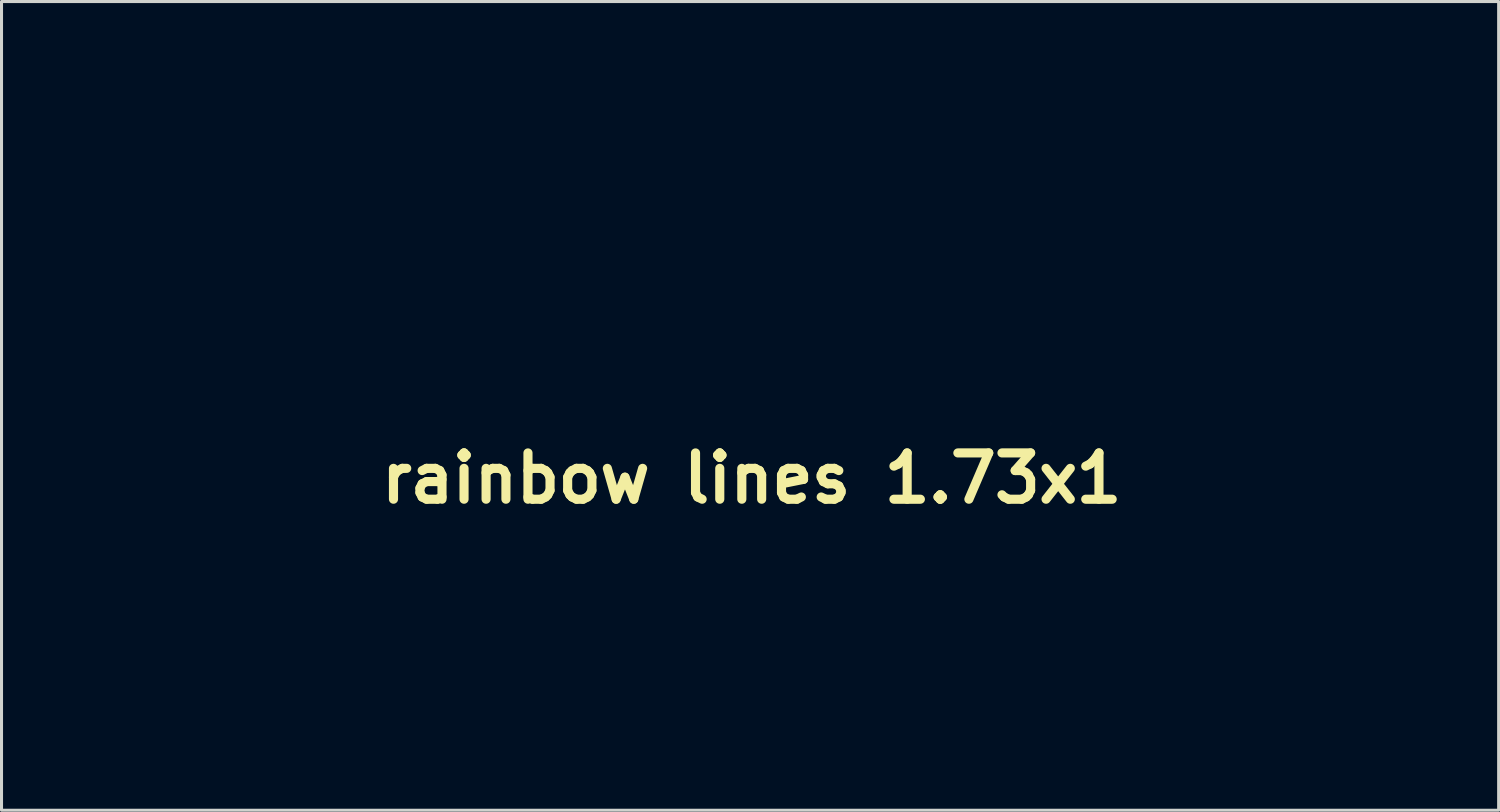
<source format=kicad_pcb>
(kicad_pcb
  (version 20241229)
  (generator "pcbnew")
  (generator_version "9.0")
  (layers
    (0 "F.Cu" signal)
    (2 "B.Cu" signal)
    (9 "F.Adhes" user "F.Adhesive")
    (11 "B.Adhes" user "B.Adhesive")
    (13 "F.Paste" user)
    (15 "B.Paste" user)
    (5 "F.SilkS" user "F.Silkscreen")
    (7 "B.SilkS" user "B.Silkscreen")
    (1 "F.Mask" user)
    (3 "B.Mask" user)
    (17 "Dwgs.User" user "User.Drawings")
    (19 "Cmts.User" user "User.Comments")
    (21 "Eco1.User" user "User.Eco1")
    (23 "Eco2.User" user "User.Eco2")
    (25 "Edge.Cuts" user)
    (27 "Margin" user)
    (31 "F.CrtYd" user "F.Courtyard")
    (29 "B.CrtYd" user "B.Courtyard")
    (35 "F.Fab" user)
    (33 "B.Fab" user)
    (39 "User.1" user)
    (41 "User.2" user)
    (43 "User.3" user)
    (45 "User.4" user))
  (footprint "rainbow lines 1.73x1"
    (layer "F.Cu")
    (at 21.696 12.694)
    (property "Reference" "rainbow lines 1.73x1" (at 0 0 0) (layer "F.SilkS") (effects (font (size 1.524 1.524) (thickness 0.3))))
    (attr board_only exclude_from_pos_files exclude_from_bom)
    (fp_poly (pts (xy 0.24 2.894) (xy 0.731 2.936) (xy 1.223 3.015) (xy 1.714 3.13) (xy 2.205 3.282) (xy 2.695 3.471) (xy 3.185 3.696) (xy 3.673 3.957) (xy 4.159 4.255) (xy 4.332 4.37) (xy 4.45 4.453) (xy 4.585 4.55) (xy 4.731 4.659) (xy 4.885 4.775) (xy 5.041 4.895) (xy 5.195 5.017) (xy 5.344 5.135) (xy 5.482 5.247) (xy 5.605 5.35) (xy 5.709 5.439) (xy 5.789 5.512) (xy 5.841 5.564) (xy 5.846 5.57) (xy 5.89 5.622) (xy 5.838 5.652) (xy 5.795 5.681) (xy 5.736 5.726) (xy 5.692 5.763) (xy 5.624 5.815) (xy 5.549 5.86) (xy 5.506 5.88) (xy 5.444 5.913) (xy 5.357 5.976) (xy 5.247 6.066) (xy 5.172 6.132) (xy 5.032 6.257) (xy 4.92 6.359) (xy 4.833 6.44) (xy 4.766 6.503) (xy 4.718 6.552) (xy 4.685 6.589) (xy 4.665 6.617) (xy 4.653 6.64) (xy 4.651 6.647) (xy 4.624 6.7) (xy 4.584 6.747) (xy 4.552 6.782) (xy 4.502 6.838) (xy 4.443 6.909) (xy 4.393 6.971) (xy 4.314 7.077) (xy 4.261 7.163) (xy 4.229 7.239) (xy 4.224 7.258) (xy 4.201 7.325) (xy 4.173 7.383) (xy 4.154 7.411) (xy 4.124 7.456) (xy 4.112 7.494) (xy 4.106 7.527) (xy 4.091 7.587) (xy 4.07 7.664) (xy 4.05 7.731) (xy 3.99 7.928) (xy 3.795 7.712) (xy 3.602 7.504) (xy 3.391 7.285) (xy 3.172 7.066) (xy 2.956 6.858) (xy 2.794 6.707) (xy 2.456 6.412) (xy 2.128 6.151) (xy 1.808 5.924) (xy 1.495 5.73) (xy 1.187 5.568) (xy 0.883 5.436) (xy 0.58 5.334) (xy 0.277 5.261) (xy 0.208 5.248) (xy 0.094 5.235) (xy -0.049 5.228) (xy -0.207 5.227) (xy -0.368 5.231) (xy -0.515 5.242) (xy -0.637 5.257) (xy -0.642 5.258) (xy -0.951 5.331) (xy -1.267 5.439) (xy -1.587 5.58) (xy -1.907 5.753) (xy -2.224 5.956) (xy -2.33 6.031) (xy -2.526 6.18) (xy -2.738 6.353) (xy -2.962 6.545) (xy -3.189 6.749) (xy -3.413 6.959) (xy -3.626 7.168) (xy -3.823 7.37) (xy -3.993 7.556) (xy -4.049 7.616) (xy -4.086 7.646) (xy -4.106 7.648) (xy -4.113 7.622) (xy -4.113 7.616) (xy -4.121 7.584) (xy -4.141 7.527) (xy -4.171 7.454) (xy -4.191 7.409) (xy -4.228 7.325) (xy -4.261 7.245) (xy -4.285 7.182) (xy -4.291 7.16) (xy -4.324 7.092) (xy -4.367 7.053) (xy -4.402 7.027) (xy -4.409 7.008) (xy -4.414 6.985) (xy -4.432 6.968) (xy -4.46 6.939) (xy -4.497 6.889) (xy -4.532 6.834) (xy -4.583 6.755) (xy -4.643 6.67) (xy -4.681 6.62) (xy -4.74 6.545) (xy -4.804 6.463) (xy -4.841 6.415) (xy -4.916 6.33) (xy -5.016 6.233) (xy -5.132 6.132) (xy -5.221 6.063) (xy -5.276 6.016) (xy -5.332 5.961) (xy -5.343 5.949) (xy -5.404 5.897) (xy -5.486 5.851) (xy -5.512 5.84) (xy -5.573 5.815) (xy -5.613 5.795) (xy -5.623 5.787) (xy -5.639 5.771) (xy -5.682 5.742) (xy -5.743 5.703) (xy -5.745 5.702) (xy -5.807 5.667) (xy -5.857 5.638) (xy -5.893 5.614) (xy -5.913 5.59) (xy -5.916 5.563) (xy -5.899 5.53) (xy -5.861 5.487) (xy -5.8 5.431) (xy -5.714 5.358) (xy -5.602 5.264) (xy -5.469 5.154) (xy -5.097 4.849) (xy -4.74 4.574) (xy -4.392 4.327) (xy -4.05 4.104) (xy -3.709 3.901) (xy -3.363 3.718) (xy -3.008 3.549) (xy -2.691 3.413) (xy -2.206 3.235) (xy -1.72 3.093) (xy -1.231 2.988) (xy -0.742 2.92) (xy -0.252 2.889)) (stroke (width 0) (type solid)) (fill yes) (layer "F.Mask"))
    (fp_poly (pts (xy 0.289 -12.691) (xy 0.828 -12.672) (xy 1.377 -12.64) (xy 1.923 -12.594) (xy 2.458 -12.536) (xy 2.695 -12.505) (xy 3.561 -12.367) (xy 4.417 -12.194) (xy 5.263 -11.986) (xy 6.097 -11.742) (xy 6.919 -11.465) (xy 7.728 -11.153) (xy 8.523 -10.808) (xy 9.304 -10.429) (xy 10.071 -10.018) (xy 10.821 -9.574) (xy 11.555 -9.099) (xy 12.271 -8.592) (xy 12.97 -8.055) (xy 13.65 -7.486) (xy 14.31 -6.888) (xy 14.95 -6.26) (xy 15.569 -5.602) (xy 16.167 -4.916) (xy 16.66 -4.307) (xy 17.246 -3.526) (xy 17.803 -2.718) (xy 18.332 -1.882) (xy 18.832 -1.021) (xy 19.303 -0.133) (xy 19.744 0.779) (xy 20.155 1.715) (xy 20.535 2.675) (xy 20.884 3.657) (xy 21.203 4.662) (xy 21.484 5.664) (xy 21.515 5.784) (xy 21.542 5.891) (xy 21.564 5.98) (xy 21.579 6.046) (xy 21.587 6.085) (xy 21.587 6.093) (xy 21.567 6.085) (xy 21.517 6.054) (xy 21.442 6.001) (xy 21.344 5.93) (xy 21.226 5.842) (xy 21.164 5.795) (xy 21.031 5.7) (xy 20.917 5.634) (xy 20.844 5.603) (xy 20.76 5.569) (xy 20.715 5.536) (xy 20.707 5.521) (xy 20.412 4.515) (xy 20.089 3.533) (xy 19.736 2.575) (xy 19.355 1.642) (xy 18.946 0.735) (xy 18.51 -0.147) (xy 18.045 -1.002) (xy 17.553 -1.831) (xy 17.034 -2.633) (xy 16.488 -3.408) (xy 15.915 -4.154) (xy 15.316 -4.873) (xy 14.69 -5.563) (xy 14.039 -6.223) (xy 13.362 -6.854) (xy 12.92 -7.239) (xy 12.587 -7.517) (xy 12.27 -7.772) (xy 11.963 -8.01) (xy 11.656 -8.237) (xy 11.341 -8.46) (xy 11.009 -8.685) (xy 10.819 -8.809) (xy 10.074 -9.274) (xy 9.316 -9.703) (xy 8.546 -10.097) (xy 7.764 -10.456) (xy 6.97 -10.78) (xy 6.165 -11.068) (xy 5.348 -11.32) (xy 4.521 -11.537) (xy 3.683 -11.718) (xy 2.835 -11.864) (xy 1.977 -11.973) (xy 1.109 -12.047) (xy 0.831 -12.062) (xy 0.367 -12.08) (xy -0.082 -12.087) (xy -0.528 -12.08) (xy -0.984 -12.062) (xy -1.463 -12.03) (xy -1.663 -12.014) (xy -2.509 -11.924) (xy -3.346 -11.799) (xy -4.175 -11.637) (xy -4.994 -11.441) (xy -5.802 -11.209) (xy -6.598 -10.944) (xy -7.383 -10.644) (xy -8.155 -10.311) (xy -8.914 -9.945) (xy -9.658 -9.545) (xy -10.388 -9.114) (xy -11.102 -8.651) (xy -11.799 -8.156) (xy -12.48 -7.63) (xy -13.142 -7.073) (xy -13.787 -6.486) (xy -14.412 -5.869) (xy -15.017 -5.223) (xy -15.601 -4.548) (xy -16.164 -3.844) (xy -16.187 -3.813) (xy -16.758 -3.038) (xy -17.3 -2.237) (xy -17.815 -1.41) (xy -18.303 -0.556) (xy -18.763 0.325) (xy -19.197 1.233) (xy -19.605 2.17) (xy -19.986 3.135) (xy -20.341 4.129) (xy -20.655 5.104) (xy -20.794 5.559) (xy -20.908 5.61) (xy -21.008 5.662) (xy -21.135 5.744) (xy -21.288 5.853) (xy -21.466 5.99) (xy -21.524 6.036) (xy -21.598 6.093) (xy -21.654 6.133) (xy -21.688 6.151) (xy -21.696 6.147) (xy -21.687 6.118) (xy -21.671 6.06) (xy -21.647 5.977) (xy -21.619 5.875) (xy -21.587 5.759) (xy -21.572 5.703) (xy -21.421 5.173) (xy -21.251 4.622) (xy -21.068 4.059) (xy -20.873 3.495) (xy -20.67 2.939) (xy -20.477 2.438) (xy -20.094 1.514) (xy -19.685 0.615) (xy -19.25 -0.26) (xy -18.791 -1.109) (xy -18.307 -1.933) (xy -17.799 -2.731) (xy -17.268 -3.502) (xy -16.714 -4.246) (xy -16.138 -4.962) (xy -15.539 -5.65) (xy -14.919 -6.309) (xy -14.277 -6.939) (xy -13.616 -7.54) (xy -12.934 -8.11) (xy -12.232 -8.65) (xy -11.511 -9.159) (xy -10.772 -9.636) (xy -10.014 -10.081) (xy -9.239 -10.493) (xy -8.446 -10.872) (xy -7.637 -11.218) (xy -7.08 -11.432) (xy -6.271 -11.712) (xy -5.458 -11.956) (xy -4.639 -12.165) (xy -3.811 -12.338) (xy -2.972 -12.478) (xy -2.119 -12.583) (xy -1.249 -12.655) (xy -0.722 -12.683) (xy -0.231 -12.694)) (stroke (width 0) (type solid)) (fill yes) (layer "F.Mask"))
    (fp_poly (pts (xy 0.174 -6.219) (xy 0.388 -6.217) (xy 0.575 -6.214) (xy 0.741 -6.209) (xy 0.895 -6.2) (xy 1.045 -6.189) (xy 1.199 -6.174) (xy 1.364 -6.154) (xy 1.548 -6.131) (xy 1.717 -6.107) (xy 2.402 -5.993) (xy 3.082 -5.843) (xy 3.756 -5.657) (xy 4.424 -5.435) (xy 5.086 -5.177) (xy 5.74 -4.884) (xy 6.387 -4.556) (xy 7.025 -4.194) (xy 7.654 -3.798) (xy 8.274 -3.368) (xy 8.884 -2.905) (xy 9.484 -2.408) (xy 10.073 -1.879) (xy 10.65 -1.317) (xy 11.215 -0.723) (xy 11.767 -0.097) (xy 11.872 0.028) (xy 12.146 0.362) (xy 12.43 0.724) (xy 12.718 1.106) (xy 13.007 1.501) (xy 13.29 1.902) (xy 13.562 2.301) (xy 13.819 2.691) (xy 14.054 3.066) (xy 14.056 3.069) (xy 14.085 3.115) (xy 13.567 3.121) (xy 13.316 3.125) (xy 13.1 3.131) (xy 12.914 3.141) (xy 12.748 3.155) (xy 12.596 3.175) (xy 12.45 3.201) (xy 12.303 3.234) (xy 12.146 3.276) (xy 12.011 3.315) (xy 11.813 3.377) (xy 11.652 3.433) (xy 11.521 3.488) (xy 11.415 3.542) (xy 11.337 3.591) (xy 11.289 3.622) (xy 11.255 3.64) (xy 11.249 3.642) (xy 11.233 3.627) (xy 11.198 3.585) (xy 11.15 3.521) (xy 11.09 3.441) (xy 11.032 3.36) (xy 10.52 2.659) (xy 10.002 1.991) (xy 9.477 1.357) (xy 8.946 0.757) (xy 8.409 0.191) (xy 7.868 -0.34) (xy 7.321 -0.836) (xy 6.769 -1.297) (xy 6.213 -1.723) (xy 5.653 -2.113) (xy 5.09 -2.467) (xy 4.522 -2.785) (xy 3.952 -3.066) (xy 3.617 -3.214) (xy 3.114 -3.413) (xy 2.621 -3.58) (xy 2.13 -3.719) (xy 1.632 -3.83) (xy 1.12 -3.917) (xy 0.795 -3.958) (xy 0.591 -3.977) (xy 0.356 -3.99) (xy 0.099 -3.998) (xy -0.167 -4.001) (xy -0.43 -3.998) (xy -0.68 -3.99) (xy -0.905 -3.977) (xy -1.006 -3.968) (xy -1.58 -3.893) (xy -2.148 -3.785) (xy -2.712 -3.643) (xy -3.272 -3.467) (xy -3.828 -3.257) (xy -4.383 -3.012) (xy -4.938 -2.731) (xy -5.492 -2.415) (xy -6.047 -2.062) (xy -6.604 -1.673) (xy -6.651 -1.639) (xy -6.847 -1.49) (xy -7.064 -1.316) (xy -7.298 -1.123) (xy -7.542 -0.915) (xy -7.79 -0.697) (xy -8.039 -0.473) (xy -8.282 -0.248) (xy -8.514 -0.028) (xy -8.729 0.184) (xy -8.83 0.287) (xy -9.174 0.649) (xy -9.528 1.04) (xy -9.885 1.452) (xy -10.24 1.879) (xy -10.588 2.314) (xy -10.923 2.751) (xy -11.24 3.183) (xy -11.343 3.328) (xy -11.399 3.406) (xy -11.446 3.473) (xy -11.481 3.522) (xy -11.499 3.546) (xy -11.5 3.547) (xy -11.52 3.542) (xy -11.564 3.521) (xy -11.589 3.507) (xy -11.664 3.469) (xy -11.749 3.434) (xy -11.77 3.427) (xy -11.847 3.397) (xy -11.92 3.361) (xy -11.938 3.351) (xy -12.019 3.312) (xy -12.136 3.273) (xy -12.283 3.235) (xy -12.452 3.199) (xy -12.637 3.167) (xy -12.831 3.14) (xy -13.026 3.119) (xy -13.083 3.115) (xy -13.152 3.113) (xy -13.251 3.112) (xy -13.373 3.114) (xy -13.51 3.117) (xy -13.653 3.122) (xy -13.794 3.127) (xy -13.924 3.134) (xy -14.036 3.14) (xy -14.122 3.147) (xy -14.172 3.154) (xy -14.174 3.154) (xy -14.191 3.156) (xy -14.197 3.148) (xy -14.192 3.125) (xy -14.171 3.085) (xy -14.135 3.022) (xy -14.081 2.932) (xy -14.055 2.891) (xy -13.556 2.11) (xy -13.043 1.364) (xy -12.517 0.652) (xy -11.975 -0.026) (xy -11.42 -0.67) (xy -10.849 -1.281) (xy -10.263 -1.858) (xy -9.661 -2.404) (xy -9.043 -2.917) (xy -8.408 -3.399) (xy -8.179 -3.562) (xy -7.557 -3.977) (xy -6.924 -4.359) (xy -6.28 -4.706) (xy -5.628 -5.019) (xy -4.968 -5.297) (xy -4.3 -5.539) (xy -3.625 -5.746) (xy -2.945 -5.917) (xy -2.26 -6.052) (xy -1.838 -6.117) (xy -1.64 -6.143) (xy -1.463 -6.164) (xy -1.3 -6.181) (xy -1.142 -6.195) (xy -0.982 -6.205) (xy -0.812 -6.212) (xy -0.624 -6.216) (xy -0.411 -6.219) (xy -0.164 -6.22) (xy -0.077 -6.22)) (stroke (width 0) (type solid)) (fill yes) (layer "F.Mask")))
  (gr_rect
    (start -3 -3)
    (end 46.283 23.622)
    (stroke (width 0.1) (type default))
    (fill no)
    (layer "Edge.Cuts")))
</source>
